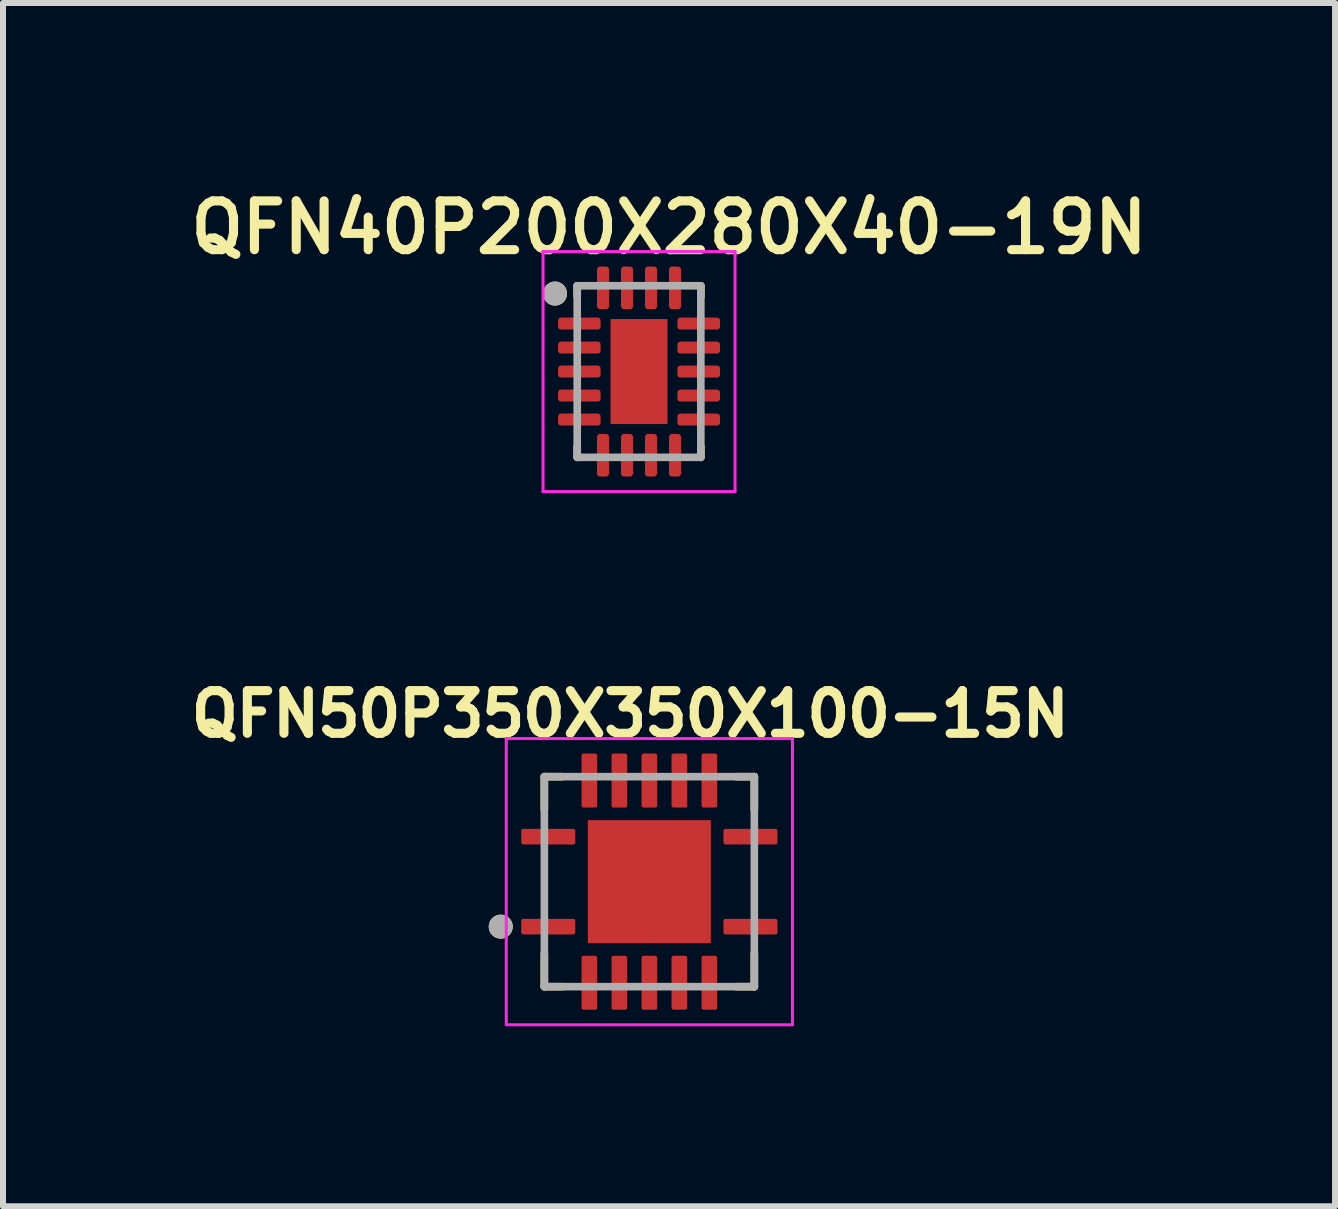
<source format=kicad_pcb>
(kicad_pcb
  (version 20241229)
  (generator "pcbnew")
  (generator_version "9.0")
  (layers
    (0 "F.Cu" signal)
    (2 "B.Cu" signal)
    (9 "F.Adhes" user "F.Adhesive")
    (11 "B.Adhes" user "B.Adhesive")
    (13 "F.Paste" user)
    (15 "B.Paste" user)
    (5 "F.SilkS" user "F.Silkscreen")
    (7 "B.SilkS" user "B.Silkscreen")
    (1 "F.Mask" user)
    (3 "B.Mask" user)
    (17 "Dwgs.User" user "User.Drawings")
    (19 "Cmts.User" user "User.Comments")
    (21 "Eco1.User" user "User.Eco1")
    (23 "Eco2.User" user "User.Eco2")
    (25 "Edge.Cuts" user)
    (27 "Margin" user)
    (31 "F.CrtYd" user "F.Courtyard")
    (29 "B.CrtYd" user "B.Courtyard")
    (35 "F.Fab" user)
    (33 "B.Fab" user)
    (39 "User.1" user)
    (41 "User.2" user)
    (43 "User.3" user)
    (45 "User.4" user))
  (footprint "QFN40P200X280X40-19N"
    (layer "F.Cu")
    (at 7.601 3.143)
    (property "Reference" "QFN40P200X280X40-19N" (at 0.5 -2.4 0) (layer "F.SilkS") (effects (font (size 0.813 0.813) (thickness 0.152) (bold yes))))
    (attr smd)
    (fp_line (start -1.03 -1.43) (end -1.03 -1.25) (stroke (width 0.127) (type solid)) (layer "F.SilkS"))
    (fp_line (start -1.03 1.43) (end -1.03 1.25) (stroke (width 0.127) (type solid)) (layer "F.SilkS"))
    (fp_line (start 1.03 -1.43) (end 1.03 -1.25) (stroke (width 0.127) (type solid)) (layer "F.SilkS"))
    (fp_line (start 1.03 1.43) (end 1.03 1.25) (stroke (width 0.127) (type solid)) (layer "F.SilkS"))
    (fp_circle (center -1.4 -1.3) (end -1.3 -1.3) (stroke (width 0.2) (type solid)) (fill no) (layer "F.SilkS"))
    (fp_poly (pts (xy -0.3 -0.66) (xy 0.3 -0.66) (xy 0.3 -0.06) (xy -0.3 -0.06)) (stroke (width 0.01) (type solid)) (fill yes) (layer "F.Paste"))
    (fp_poly (pts (xy -0.3 0.06) (xy 0.3 0.06) (xy 0.3 0.66) (xy -0.3 0.66)) (stroke (width 0.01) (type solid)) (fill yes) (layer "F.Paste"))
    (fp_line (start -1.6 -2) (end -1.6 2) (stroke (width 0.05) (type solid)) (layer "F.CrtYd"))
    (fp_line (start -1.6 2) (end 1.6 2) (stroke (width 0.05) (type solid)) (layer "F.CrtYd"))
    (fp_line (start 1.6 -2) (end -1.6 -2) (stroke (width 0.05) (type solid)) (layer "F.CrtYd"))
    (fp_line (start 1.6 2) (end 1.6 -2) (stroke (width 0.05) (type solid)) (layer "F.CrtYd"))
    (fp_line (start -1.03 -1.43) (end -1.03 1.43) (stroke (width 0.127) (type solid)) (layer "F.Fab"))
    (fp_line (start -1.03 1.43) (end 1.03 1.43) (stroke (width 0.127) (type solid)) (layer "F.Fab"))
    (fp_line (start 1.03 -1.43) (end -1.03 -1.43) (stroke (width 0.127) (type solid)) (layer "F.Fab"))
    (fp_line (start 1.03 1.43) (end 1.03 -1.43) (stroke (width 0.127) (type solid)) (layer "F.Fab"))
    (fp_circle (center -1.4 -1.3) (end -1.3 -1.3) (stroke (width 0.2) (type solid)) (fill no) (layer "F.Fab"))
    (pad "1" smd roundrect (at -0.995 -0.8) (size 0.71 0.2) (layers "F.Cu" "F.Mask" "F.Paste") (roundrect_rratio 0.25))
    (pad "2" smd roundrect (at -0.995 -0.4) (size 0.71 0.2) (layers "F.Cu" "F.Mask" "F.Paste") (roundrect_rratio 0.25))
    (pad "3" smd roundrect (at -0.995 0) (size 0.71 0.2) (layers "F.Cu" "F.Mask" "F.Paste") (roundrect_rratio 0.25))
    (pad "4" smd roundrect (at -0.995 0.4) (size 0.71 0.2) (layers "F.Cu" "F.Mask" "F.Paste") (roundrect_rratio 0.25))
    (pad "5" smd roundrect (at -0.995 0.8) (size 0.71 0.2) (layers "F.Cu" "F.Mask" "F.Paste") (roundrect_rratio 0.25))
    (pad "6" smd roundrect (at -0.6 1.395) (size 0.2 0.71) (layers "F.Cu" "F.Mask" "F.Paste") (roundrect_rratio 0.25))
    (pad "7" smd roundrect (at -0.2 1.395) (size 0.2 0.71) (layers "F.Cu" "F.Mask" "F.Paste") (roundrect_rratio 0.25))
    (pad "8" smd roundrect (at 0.2 1.395) (size 0.2 0.71) (layers "F.Cu" "F.Mask" "F.Paste") (roundrect_rratio 0.25))
    (pad "9" smd roundrect (at 0.6 1.395) (size 0.2 0.71) (layers "F.Cu" "F.Mask" "F.Paste") (roundrect_rratio 0.25))
    (pad "10" smd roundrect (at 0.995 0.8) (size 0.71 0.2) (layers "F.Cu" "F.Mask" "F.Paste") (roundrect_rratio 0.25))
    (pad "11" smd roundrect (at 0.995 0.4) (size 0.71 0.2) (layers "F.Cu" "F.Mask" "F.Paste") (roundrect_rratio 0.25))
    (pad "12" smd roundrect (at 0.995 0) (size 0.71 0.2) (layers "F.Cu" "F.Mask" "F.Paste") (roundrect_rratio 0.25))
    (pad "13" smd roundrect (at 0.995 -0.4) (size 0.71 0.2) (layers "F.Cu" "F.Mask" "F.Paste") (roundrect_rratio 0.25))
    (pad "14" smd roundrect (at 0.995 -0.8) (size 0.71 0.2) (layers "F.Cu" "F.Mask" "F.Paste") (roundrect_rratio 0.25))
    (pad "15" smd roundrect (at 0.6 -1.395) (size 0.2 0.71) (layers "F.Cu" "F.Mask" "F.Paste") (roundrect_rratio 0.25))
    (pad "16" smd roundrect (at 0.2 -1.395) (size 0.2 0.71) (layers "F.Cu" "F.Mask" "F.Paste") (roundrect_rratio 0.25))
    (pad "17" smd roundrect (at -0.2 -1.395) (size 0.2 0.71) (layers "F.Cu" "F.Mask" "F.Paste") (roundrect_rratio 0.25))
    (pad "18" smd roundrect (at -0.6 -1.395) (size 0.2 0.71) (layers "F.Cu" "F.Mask" "F.Paste") (roundrect_rratio 0.25))
    (pad "19" smd rect (at 0 0) (size 0.95 1.75) (layers "F.Cu" "F.Mask")))
  (footprint "QFN50P350X350X100-15N"
    (layer "F.Cu")
    (at 7.773 11.645)
    (property "Reference" "QFN50P350X350X100-15N" (at -0.318 -2.794 0) (layer "F.SilkS") (effects (font (size 0.711 0.711) (thickness 0.152) (bold yes))))
    (attr smd)
    (fp_line (start -1.75 -1.75) (end -1.75 -1.2) (stroke (width 0.127) (type solid)) (layer "F.SilkS"))
    (fp_line (start -1.75 -1.75) (end -1.45 -1.75) (stroke (width 0.127) (type solid)) (layer "F.SilkS"))
    (fp_line (start -1.75 1.75) (end -1.75 1.2) (stroke (width 0.127) (type solid)) (layer "F.SilkS"))
    (fp_line (start -1.75 1.75) (end -1.45 1.75) (stroke (width 0.127) (type solid)) (layer "F.SilkS"))
    (fp_line (start 1.75 -1.75) (end 1.45 -1.75) (stroke (width 0.127) (type solid)) (layer "F.SilkS"))
    (fp_line (start 1.75 -1.75) (end 1.75 -1.2) (stroke (width 0.127) (type solid)) (layer "F.SilkS"))
    (fp_line (start 1.75 1.75) (end 1.45 1.75) (stroke (width 0.127) (type solid)) (layer "F.SilkS"))
    (fp_line (start 1.75 1.75) (end 1.75 1.2) (stroke (width 0.127) (type solid)) (layer "F.SilkS"))
    (fp_circle (center -2.477 0.75) (end -2.377 0.75) (stroke (width 0.2) (type solid)) (fill no) (layer "F.SilkS"))
    (fp_poly (pts (xy -0.65 -0.65) (xy 0.65 -0.65) (xy 0.65 0.65) (xy -0.65 0.65)) (stroke (width 0.01) (type solid)) (fill yes) (layer "F.Paste"))
    (fp_line (start -2.385 -2.385) (end 2.385 -2.385) (stroke (width 0.05) (type solid)) (layer "F.CrtYd"))
    (fp_line (start -2.385 2.385) (end -2.385 -2.385) (stroke (width 0.05) (type solid)) (layer "F.CrtYd"))
    (fp_line (start -2.385 2.385) (end 2.385 2.385) (stroke (width 0.05) (type solid)) (layer "F.CrtYd"))
    (fp_line (start 2.385 2.385) (end 2.385 -2.385) (stroke (width 0.05) (type solid)) (layer "F.CrtYd"))
    (fp_line (start -1.75 1.75) (end -1.75 -1.75) (stroke (width 0.127) (type solid)) (layer "F.Fab"))
    (fp_line (start 1.75 -1.75) (end -1.75 -1.75) (stroke (width 0.127) (type solid)) (layer "F.Fab"))
    (fp_line (start 1.75 1.75) (end -1.75 1.75) (stroke (width 0.127) (type solid)) (layer "F.Fab"))
    (fp_line (start 1.75 1.75) (end 1.75 -1.75) (stroke (width 0.127) (type solid)) (layer "F.Fab"))
    (fp_circle (center -2.477 0.75) (end -2.377 0.75) (stroke (width 0.2) (type solid)) (fill no) (layer "F.Fab"))
    (pad "1" smd roundrect (at -1.685 0.75) (size 0.9 0.26) (layers "F.Cu" "F.Mask" "F.Paste") (roundrect_rratio 0.125))
    (pad "2" smd roundrect (at -1 1.685) (size 0.26 0.9) (layers "F.Cu" "F.Mask" "F.Paste") (roundrect_rratio 0.125))
    (pad "3" smd roundrect (at -0.5 1.685) (size 0.26 0.9) (layers "F.Cu" "F.Mask" "F.Paste") (roundrect_rratio 0.125))
    (pad "4" smd roundrect (at 0 1.685) (size 0.26 0.9) (layers "F.Cu" "F.Mask" "F.Paste") (roundrect_rratio 0.125))
    (pad "5" smd roundrect (at 0.5 1.685) (size 0.26 0.9) (layers "F.Cu" "F.Mask" "F.Paste") (roundrect_rratio 0.125))
    (pad "6" smd roundrect (at 1 1.685) (size 0.26 0.9) (layers "F.Cu" "F.Mask" "F.Paste") (roundrect_rratio 0.125))
    (pad "7" smd roundrect (at 1.685 0.75) (size 0.9 0.26) (layers "F.Cu" "F.Mask" "F.Paste") (roundrect_rratio 0.125))
    (pad "8" smd roundrect (at 1.685 -0.75) (size 0.9 0.26) (layers "F.Cu" "F.Mask" "F.Paste") (roundrect_rratio 0.125))
    (pad "9" smd roundrect (at 1 -1.685) (size 0.26 0.9) (layers "F.Cu" "F.Mask" "F.Paste") (roundrect_rratio 0.125))
    (pad "10" smd roundrect (at 0.5 -1.685) (size 0.26 0.9) (layers "F.Cu" "F.Mask" "F.Paste") (roundrect_rratio 0.125))
    (pad "11" smd roundrect (at 0 -1.685) (size 0.26 0.9) (layers "F.Cu" "F.Mask" "F.Paste") (roundrect_rratio 0.125))
    (pad "12" smd roundrect (at -0.5 -1.685) (size 0.26 0.9) (layers "F.Cu" "F.Mask" "F.Paste") (roundrect_rratio 0.125))
    (pad "13" smd roundrect (at -1 -1.685) (size 0.26 0.9) (layers "F.Cu" "F.Mask" "F.Paste") (roundrect_rratio 0.125))
    (pad "14" smd roundrect (at -1.685 -0.75) (size 0.9 0.26) (layers "F.Cu" "F.Mask" "F.Paste") (roundrect_rratio 0.125))
    (pad "15" smd rect (at 0 0) (size 2.05 2.05) (layers "F.Cu" "F.Mask")))
  (gr_rect
    (start -3 -3)
    (end 19.202 17.055)
    (stroke (width 0.1) (type default))
    (fill no)
    (layer "Edge.Cuts")))
</source>
